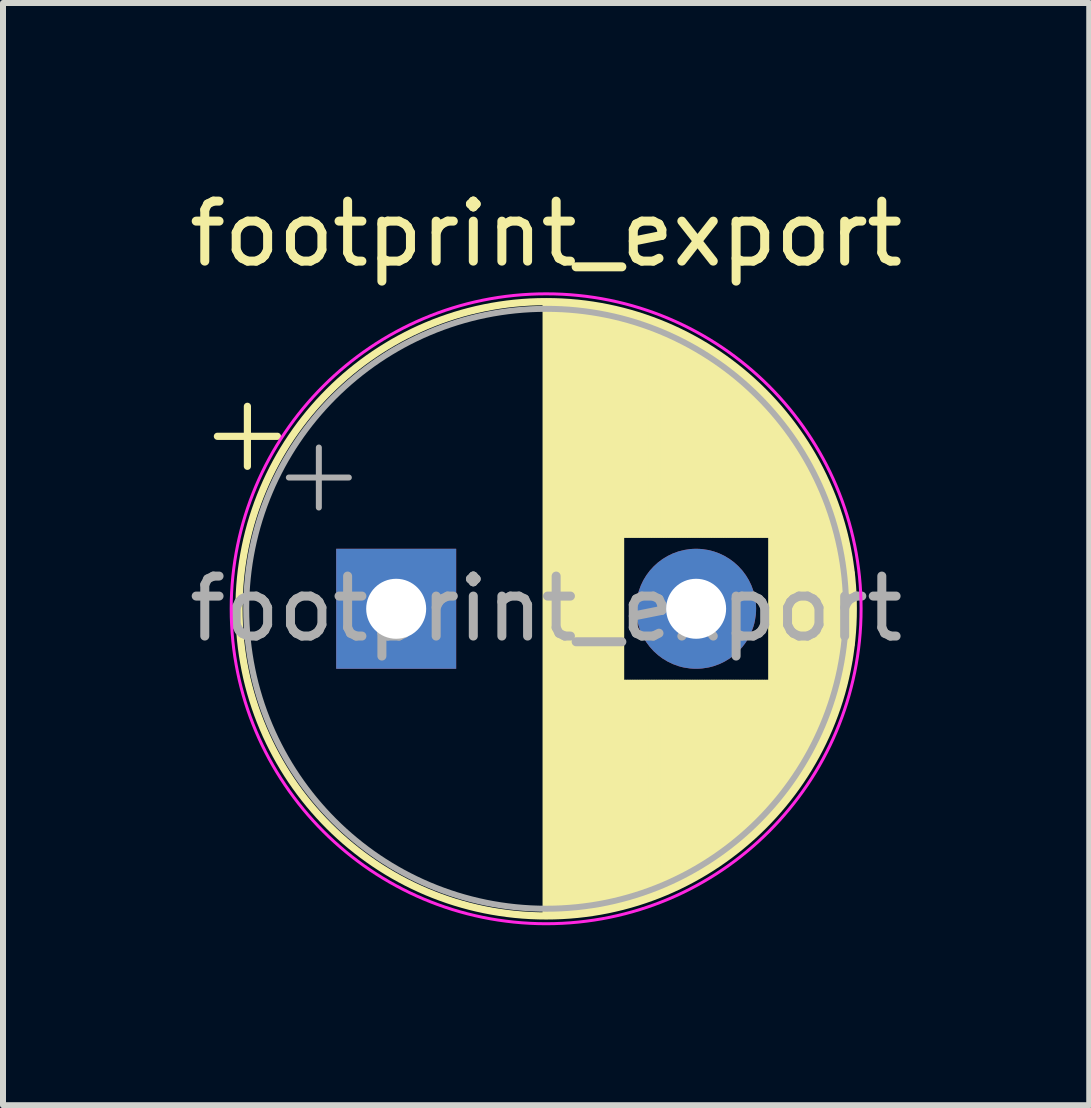
<source format=kicad_pcb>
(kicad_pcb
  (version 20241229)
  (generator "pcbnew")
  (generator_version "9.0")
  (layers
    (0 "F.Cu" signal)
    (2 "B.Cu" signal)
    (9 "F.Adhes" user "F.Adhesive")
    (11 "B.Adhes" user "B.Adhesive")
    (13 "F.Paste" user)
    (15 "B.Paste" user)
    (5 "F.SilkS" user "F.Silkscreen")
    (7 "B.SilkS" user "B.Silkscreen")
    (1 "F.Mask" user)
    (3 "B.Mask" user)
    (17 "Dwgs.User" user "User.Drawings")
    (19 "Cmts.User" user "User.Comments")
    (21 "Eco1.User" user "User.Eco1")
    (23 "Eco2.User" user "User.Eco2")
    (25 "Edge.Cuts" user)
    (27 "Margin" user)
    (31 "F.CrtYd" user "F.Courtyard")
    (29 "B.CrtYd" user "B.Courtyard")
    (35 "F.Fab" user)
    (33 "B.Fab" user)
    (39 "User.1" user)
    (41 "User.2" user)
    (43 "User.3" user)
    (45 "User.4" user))
  (footprint "footprint_export"
    (layer "F.Cu")
    (at 3.554 7.098)
    (property "Reference" "footprint_export" (at 2.5 -6.25 0) (layer "F.SilkS") (effects (font (size 1 1) (thickness 0.15))))
    (attr through_hole)
    (fp_line (start -2.98 -2.875) (end -1.98 -2.875) (stroke (width 0.12) (type solid)) (layer "F.SilkS"))
    (fp_line (start -2.48 -3.375) (end -2.48 -2.375) (stroke (width 0.12) (type solid)) (layer "F.SilkS"))
    (fp_line (start 2.5 -5.08) (end 2.5 5.08) (stroke (width 0.12) (type solid)) (layer "F.SilkS"))
    (fp_line (start 2.54 -5.08) (end 2.54 5.08) (stroke (width 0.12) (type solid)) (layer "F.SilkS"))
    (fp_line (start 2.58 -5.08) (end 2.58 5.08) (stroke (width 0.12) (type solid)) (layer "F.SilkS"))
    (fp_line (start 2.62 -5.079) (end 2.62 5.079) (stroke (width 0.12) (type solid)) (layer "F.SilkS"))
    (fp_line (start 2.66 -5.078) (end 2.66 5.078) (stroke (width 0.12) (type solid)) (layer "F.SilkS"))
    (fp_line (start 2.7 -5.077) (end 2.7 5.077) (stroke (width 0.12) (type solid)) (layer "F.SilkS"))
    (fp_line (start 2.74 -5.075) (end 2.74 5.075) (stroke (width 0.12) (type solid)) (layer "F.SilkS"))
    (fp_line (start 2.78 -5.073) (end 2.78 5.073) (stroke (width 0.12) (type solid)) (layer "F.SilkS"))
    (fp_line (start 2.82 -5.07) (end 2.82 5.07) (stroke (width 0.12) (type solid)) (layer "F.SilkS"))
    (fp_line (start 2.86 -5.068) (end 2.86 5.068) (stroke (width 0.12) (type solid)) (layer "F.SilkS"))
    (fp_line (start 2.9 -5.065) (end 2.9 5.065) (stroke (width 0.12) (type solid)) (layer "F.SilkS"))
    (fp_line (start 2.94 -5.062) (end 2.94 5.062) (stroke (width 0.12) (type solid)) (layer "F.SilkS"))
    (fp_line (start 2.98 -5.058) (end 2.98 5.058) (stroke (width 0.12) (type solid)) (layer "F.SilkS"))
    (fp_line (start 3.02 -5.054) (end 3.02 5.054) (stroke (width 0.12) (type solid)) (layer "F.SilkS"))
    (fp_line (start 3.06 -5.05) (end 3.06 5.05) (stroke (width 0.12) (type solid)) (layer "F.SilkS"))
    (fp_line (start 3.1 -5.045) (end 3.1 5.045) (stroke (width 0.12) (type solid)) (layer "F.SilkS"))
    (fp_line (start 3.14 -5.04) (end 3.14 5.04) (stroke (width 0.12) (type solid)) (layer "F.SilkS"))
    (fp_line (start 3.18 -5.035) (end 3.18 5.035) (stroke (width 0.12) (type solid)) (layer "F.SilkS"))
    (fp_line (start 3.221 -5.03) (end 3.221 5.03) (stroke (width 0.12) (type solid)) (layer "F.SilkS"))
    (fp_line (start 3.261 -5.024) (end 3.261 5.024) (stroke (width 0.12) (type solid)) (layer "F.SilkS"))
    (fp_line (start 3.301 -5.018) (end 3.301 5.018) (stroke (width 0.12) (type solid)) (layer "F.SilkS"))
    (fp_line (start 3.341 -5.011) (end 3.341 5.011) (stroke (width 0.12) (type solid)) (layer "F.SilkS"))
    (fp_line (start 3.381 -5.004) (end 3.381 5.004) (stroke (width 0.12) (type solid)) (layer "F.SilkS"))
    (fp_line (start 3.421 -4.997) (end 3.421 4.997) (stroke (width 0.12) (type solid)) (layer "F.SilkS"))
    (fp_line (start 3.461 -4.99) (end 3.461 4.99) (stroke (width 0.12) (type solid)) (layer "F.SilkS"))
    (fp_line (start 3.501 -4.982) (end 3.501 4.982) (stroke (width 0.12) (type solid)) (layer "F.SilkS"))
    (fp_line (start 3.541 -4.974) (end 3.541 4.974) (stroke (width 0.12) (type solid)) (layer "F.SilkS"))
    (fp_line (start 3.581 -4.965) (end 3.581 4.965) (stroke (width 0.12) (type solid)) (layer "F.SilkS"))
    (fp_line (start 3.621 -4.956) (end 3.621 4.956) (stroke (width 0.12) (type solid)) (layer "F.SilkS"))
    (fp_line (start 3.661 -4.947) (end 3.661 4.947) (stroke (width 0.12) (type solid)) (layer "F.SilkS"))
    (fp_line (start 3.701 -4.938) (end 3.701 4.938) (stroke (width 0.12) (type solid)) (layer "F.SilkS"))
    (fp_line (start 3.741 -4.928) (end 3.741 4.928) (stroke (width 0.12) (type solid)) (layer "F.SilkS"))
    (fp_line (start 3.781 -4.918) (end 3.781 -1.241) (stroke (width 0.12) (type solid)) (layer "F.SilkS"))
    (fp_line (start 3.781 1.241) (end 3.781 4.918) (stroke (width 0.12) (type solid)) (layer "F.SilkS"))
    (fp_line (start 3.821 -4.907) (end 3.821 -1.241) (stroke (width 0.12) (type solid)) (layer "F.SilkS"))
    (fp_line (start 3.821 1.241) (end 3.821 4.907) (stroke (width 0.12) (type solid)) (layer "F.SilkS"))
    (fp_line (start 3.861 -4.897) (end 3.861 -1.241) (stroke (width 0.12) (type solid)) (layer "F.SilkS"))
    (fp_line (start 3.861 1.241) (end 3.861 4.897) (stroke (width 0.12) (type solid)) (layer "F.SilkS"))
    (fp_line (start 3.901 -4.885) (end 3.901 -1.241) (stroke (width 0.12) (type solid)) (layer "F.SilkS"))
    (fp_line (start 3.901 1.241) (end 3.901 4.885) (stroke (width 0.12) (type solid)) (layer "F.SilkS"))
    (fp_line (start 3.941 -4.874) (end 3.941 -1.241) (stroke (width 0.12) (type solid)) (layer "F.SilkS"))
    (fp_line (start 3.941 1.241) (end 3.941 4.874) (stroke (width 0.12) (type solid)) (layer "F.SilkS"))
    (fp_line (start 3.981 -4.862) (end 3.981 -1.241) (stroke (width 0.12) (type solid)) (layer "F.SilkS"))
    (fp_line (start 3.981 1.241) (end 3.981 4.862) (stroke (width 0.12) (type solid)) (layer "F.SilkS"))
    (fp_line (start 4.021 -4.85) (end 4.021 -1.241) (stroke (width 0.12) (type solid)) (layer "F.SilkS"))
    (fp_line (start 4.021 1.241) (end 4.021 4.85) (stroke (width 0.12) (type solid)) (layer "F.SilkS"))
    (fp_line (start 4.061 -4.837) (end 4.061 -1.241) (stroke (width 0.12) (type solid)) (layer "F.SilkS"))
    (fp_line (start 4.061 1.241) (end 4.061 4.837) (stroke (width 0.12) (type solid)) (layer "F.SilkS"))
    (fp_line (start 4.101 -4.824) (end 4.101 -1.241) (stroke (width 0.12) (type solid)) (layer "F.SilkS"))
    (fp_line (start 4.101 1.241) (end 4.101 4.824) (stroke (width 0.12) (type solid)) (layer "F.SilkS"))
    (fp_line (start 4.141 -4.811) (end 4.141 -1.241) (stroke (width 0.12) (type solid)) (layer "F.SilkS"))
    (fp_line (start 4.141 1.241) (end 4.141 4.811) (stroke (width 0.12) (type solid)) (layer "F.SilkS"))
    (fp_line (start 4.181 -4.797) (end 4.181 -1.241) (stroke (width 0.12) (type solid)) (layer "F.SilkS"))
    (fp_line (start 4.181 1.241) (end 4.181 4.797) (stroke (width 0.12) (type solid)) (layer "F.SilkS"))
    (fp_line (start 4.221 -4.783) (end 4.221 -1.241) (stroke (width 0.12) (type solid)) (layer "F.SilkS"))
    (fp_line (start 4.221 1.241) (end 4.221 4.783) (stroke (width 0.12) (type solid)) (layer "F.SilkS"))
    (fp_line (start 4.261 -4.768) (end 4.261 -1.241) (stroke (width 0.12) (type solid)) (layer "F.SilkS"))
    (fp_line (start 4.261 1.241) (end 4.261 4.768) (stroke (width 0.12) (type solid)) (layer "F.SilkS"))
    (fp_line (start 4.301 -4.754) (end 4.301 -1.241) (stroke (width 0.12) (type solid)) (layer "F.SilkS"))
    (fp_line (start 4.301 1.241) (end 4.301 4.754) (stroke (width 0.12) (type solid)) (layer "F.SilkS"))
    (fp_line (start 4.341 -4.738) (end 4.341 -1.241) (stroke (width 0.12) (type solid)) (layer "F.SilkS"))
    (fp_line (start 4.341 1.241) (end 4.341 4.738) (stroke (width 0.12) (type solid)) (layer "F.SilkS"))
    (fp_line (start 4.381 -4.723) (end 4.381 -1.241) (stroke (width 0.12) (type solid)) (layer "F.SilkS"))
    (fp_line (start 4.381 1.241) (end 4.381 4.723) (stroke (width 0.12) (type solid)) (layer "F.SilkS"))
    (fp_line (start 4.421 -4.707) (end 4.421 -1.241) (stroke (width 0.12) (type solid)) (layer "F.SilkS"))
    (fp_line (start 4.421 1.241) (end 4.421 4.707) (stroke (width 0.12) (type solid)) (layer "F.SilkS"))
    (fp_line (start 4.461 -4.69) (end 4.461 -1.241) (stroke (width 0.12) (type solid)) (layer "F.SilkS"))
    (fp_line (start 4.461 1.241) (end 4.461 4.69) (stroke (width 0.12) (type solid)) (layer "F.SilkS"))
    (fp_line (start 4.501 -4.674) (end 4.501 -1.241) (stroke (width 0.12) (type solid)) (layer "F.SilkS"))
    (fp_line (start 4.501 1.241) (end 4.501 4.674) (stroke (width 0.12) (type solid)) (layer "F.SilkS"))
    (fp_line (start 4.541 -4.657) (end 4.541 -1.241) (stroke (width 0.12) (type solid)) (layer "F.SilkS"))
    (fp_line (start 4.541 1.241) (end 4.541 4.657) (stroke (width 0.12) (type solid)) (layer "F.SilkS"))
    (fp_line (start 4.581 -4.639) (end 4.581 -1.241) (stroke (width 0.12) (type solid)) (layer "F.SilkS"))
    (fp_line (start 4.581 1.241) (end 4.581 4.639) (stroke (width 0.12) (type solid)) (layer "F.SilkS"))
    (fp_line (start 4.621 -4.621) (end 4.621 -1.241) (stroke (width 0.12) (type solid)) (layer "F.SilkS"))
    (fp_line (start 4.621 1.241) (end 4.621 4.621) (stroke (width 0.12) (type solid)) (layer "F.SilkS"))
    (fp_line (start 4.661 -4.603) (end 4.661 -1.241) (stroke (width 0.12) (type solid)) (layer "F.SilkS"))
    (fp_line (start 4.661 1.241) (end 4.661 4.603) (stroke (width 0.12) (type solid)) (layer "F.SilkS"))
    (fp_line (start 4.701 -4.584) (end 4.701 -1.241) (stroke (width 0.12) (type solid)) (layer "F.SilkS"))
    (fp_line (start 4.701 1.241) (end 4.701 4.584) (stroke (width 0.12) (type solid)) (layer "F.SilkS"))
    (fp_line (start 4.741 -4.564) (end 4.741 -1.241) (stroke (width 0.12) (type solid)) (layer "F.SilkS"))
    (fp_line (start 4.741 1.241) (end 4.741 4.564) (stroke (width 0.12) (type solid)) (layer "F.SilkS"))
    (fp_line (start 4.781 -4.545) (end 4.781 -1.241) (stroke (width 0.12) (type solid)) (layer "F.SilkS"))
    (fp_line (start 4.781 1.241) (end 4.781 4.545) (stroke (width 0.12) (type solid)) (layer "F.SilkS"))
    (fp_line (start 4.821 -4.525) (end 4.821 -1.241) (stroke (width 0.12) (type solid)) (layer "F.SilkS"))
    (fp_line (start 4.821 1.241) (end 4.821 4.525) (stroke (width 0.12) (type solid)) (layer "F.SilkS"))
    (fp_line (start 4.861 -4.504) (end 4.861 -1.241) (stroke (width 0.12) (type solid)) (layer "F.SilkS"))
    (fp_line (start 4.861 1.241) (end 4.861 4.504) (stroke (width 0.12) (type solid)) (layer "F.SilkS"))
    (fp_line (start 4.901 -4.483) (end 4.901 -1.241) (stroke (width 0.12) (type solid)) (layer "F.SilkS"))
    (fp_line (start 4.901 1.241) (end 4.901 4.483) (stroke (width 0.12) (type solid)) (layer "F.SilkS"))
    (fp_line (start 4.941 -4.462) (end 4.941 -1.241) (stroke (width 0.12) (type solid)) (layer "F.SilkS"))
    (fp_line (start 4.941 1.241) (end 4.941 4.462) (stroke (width 0.12) (type solid)) (layer "F.SilkS"))
    (fp_line (start 4.981 -4.44) (end 4.981 -1.241) (stroke (width 0.12) (type solid)) (layer "F.SilkS"))
    (fp_line (start 4.981 1.241) (end 4.981 4.44) (stroke (width 0.12) (type solid)) (layer "F.SilkS"))
    (fp_line (start 5.021 -4.417) (end 5.021 -1.241) (stroke (width 0.12) (type solid)) (layer "F.SilkS"))
    (fp_line (start 5.021 1.241) (end 5.021 4.417) (stroke (width 0.12) (type solid)) (layer "F.SilkS"))
    (fp_line (start 5.061 -4.395) (end 5.061 -1.241) (stroke (width 0.12) (type solid)) (layer "F.SilkS"))
    (fp_line (start 5.061 1.241) (end 5.061 4.395) (stroke (width 0.12) (type solid)) (layer "F.SilkS"))
    (fp_line (start 5.101 -4.371) (end 5.101 -1.241) (stroke (width 0.12) (type solid)) (layer "F.SilkS"))
    (fp_line (start 5.101 1.241) (end 5.101 4.371) (stroke (width 0.12) (type solid)) (layer "F.SilkS"))
    (fp_line (start 5.141 -4.347) (end 5.141 -1.241) (stroke (width 0.12) (type solid)) (layer "F.SilkS"))
    (fp_line (start 5.141 1.241) (end 5.141 4.347) (stroke (width 0.12) (type solid)) (layer "F.SilkS"))
    (fp_line (start 5.181 -4.323) (end 5.181 -1.241) (stroke (width 0.12) (type solid)) (layer "F.SilkS"))
    (fp_line (start 5.181 1.241) (end 5.181 4.323) (stroke (width 0.12) (type solid)) (layer "F.SilkS"))
    (fp_line (start 5.221 -4.298) (end 5.221 -1.241) (stroke (width 0.12) (type solid)) (layer "F.SilkS"))
    (fp_line (start 5.221 1.241) (end 5.221 4.298) (stroke (width 0.12) (type solid)) (layer "F.SilkS"))
    (fp_line (start 5.261 -4.273) (end 5.261 -1.241) (stroke (width 0.12) (type solid)) (layer "F.SilkS"))
    (fp_line (start 5.261 1.241) (end 5.261 4.273) (stroke (width 0.12) (type solid)) (layer "F.SilkS"))
    (fp_line (start 5.301 -4.247) (end 5.301 -1.241) (stroke (width 0.12) (type solid)) (layer "F.SilkS"))
    (fp_line (start 5.301 1.241) (end 5.301 4.247) (stroke (width 0.12) (type solid)) (layer "F.SilkS"))
    (fp_line (start 5.341 -4.221) (end 5.341 -1.241) (stroke (width 0.12) (type solid)) (layer "F.SilkS"))
    (fp_line (start 5.341 1.241) (end 5.341 4.221) (stroke (width 0.12) (type solid)) (layer "F.SilkS"))
    (fp_line (start 5.381 -4.194) (end 5.381 -1.241) (stroke (width 0.12) (type solid)) (layer "F.SilkS"))
    (fp_line (start 5.381 1.241) (end 5.381 4.194) (stroke (width 0.12) (type solid)) (layer "F.SilkS"))
    (fp_line (start 5.421 -4.166) (end 5.421 -1.241) (stroke (width 0.12) (type solid)) (layer "F.SilkS"))
    (fp_line (start 5.421 1.241) (end 5.421 4.166) (stroke (width 0.12) (type solid)) (layer "F.SilkS"))
    (fp_line (start 5.461 -4.138) (end 5.461 -1.241) (stroke (width 0.12) (type solid)) (layer "F.SilkS"))
    (fp_line (start 5.461 1.241) (end 5.461 4.138) (stroke (width 0.12) (type solid)) (layer "F.SilkS"))
    (fp_line (start 5.501 -4.11) (end 5.501 -1.241) (stroke (width 0.12) (type solid)) (layer "F.SilkS"))
    (fp_line (start 5.501 1.241) (end 5.501 4.11) (stroke (width 0.12) (type solid)) (layer "F.SilkS"))
    (fp_line (start 5.541 -4.08) (end 5.541 -1.241) (stroke (width 0.12) (type solid)) (layer "F.SilkS"))
    (fp_line (start 5.541 1.241) (end 5.541 4.08) (stroke (width 0.12) (type solid)) (layer "F.SilkS"))
    (fp_line (start 5.581 -4.05) (end 5.581 -1.241) (stroke (width 0.12) (type solid)) (layer "F.SilkS"))
    (fp_line (start 5.581 1.241) (end 5.581 4.05) (stroke (width 0.12) (type solid)) (layer "F.SilkS"))
    (fp_line (start 5.621 -4.02) (end 5.621 -1.241) (stroke (width 0.12) (type solid)) (layer "F.SilkS"))
    (fp_line (start 5.621 1.241) (end 5.621 4.02) (stroke (width 0.12) (type solid)) (layer "F.SilkS"))
    (fp_line (start 5.661 -3.989) (end 5.661 -1.241) (stroke (width 0.12) (type solid)) (layer "F.SilkS"))
    (fp_line (start 5.661 1.241) (end 5.661 3.989) (stroke (width 0.12) (type solid)) (layer "F.SilkS"))
    (fp_line (start 5.701 -3.957) (end 5.701 -1.241) (stroke (width 0.12) (type solid)) (layer "F.SilkS"))
    (fp_line (start 5.701 1.241) (end 5.701 3.957) (stroke (width 0.12) (type solid)) (layer "F.SilkS"))
    (fp_line (start 5.741 -3.925) (end 5.741 -1.241) (stroke (width 0.12) (type solid)) (layer "F.SilkS"))
    (fp_line (start 5.741 1.241) (end 5.741 3.925) (stroke (width 0.12) (type solid)) (layer "F.SilkS"))
    (fp_line (start 5.781 -3.892) (end 5.781 -1.241) (stroke (width 0.12) (type solid)) (layer "F.SilkS"))
    (fp_line (start 5.781 1.241) (end 5.781 3.892) (stroke (width 0.12) (type solid)) (layer "F.SilkS"))
    (fp_line (start 5.821 -3.858) (end 5.821 -1.241) (stroke (width 0.12) (type solid)) (layer "F.SilkS"))
    (fp_line (start 5.821 1.241) (end 5.821 3.858) (stroke (width 0.12) (type solid)) (layer "F.SilkS"))
    (fp_line (start 5.861 -3.824) (end 5.861 -1.241) (stroke (width 0.12) (type solid)) (layer "F.SilkS"))
    (fp_line (start 5.861 1.241) (end 5.861 3.824) (stroke (width 0.12) (type solid)) (layer "F.SilkS"))
    (fp_line (start 5.901 -3.789) (end 5.901 -1.241) (stroke (width 0.12) (type solid)) (layer "F.SilkS"))
    (fp_line (start 5.901 1.241) (end 5.901 3.789) (stroke (width 0.12) (type solid)) (layer "F.SilkS"))
    (fp_line (start 5.941 -3.753) (end 5.941 -1.241) (stroke (width 0.12) (type solid)) (layer "F.SilkS"))
    (fp_line (start 5.941 1.241) (end 5.941 3.753) (stroke (width 0.12) (type solid)) (layer "F.SilkS"))
    (fp_line (start 5.981 -3.716) (end 5.981 -1.241) (stroke (width 0.12) (type solid)) (layer "F.SilkS"))
    (fp_line (start 5.981 1.241) (end 5.981 3.716) (stroke (width 0.12) (type solid)) (layer "F.SilkS"))
    (fp_line (start 6.021 -3.679) (end 6.021 -1.241) (stroke (width 0.12) (type solid)) (layer "F.SilkS"))
    (fp_line (start 6.021 1.241) (end 6.021 3.679) (stroke (width 0.12) (type solid)) (layer "F.SilkS"))
    (fp_line (start 6.061 -3.64) (end 6.061 -1.241) (stroke (width 0.12) (type solid)) (layer "F.SilkS"))
    (fp_line (start 6.061 1.241) (end 6.061 3.64) (stroke (width 0.12) (type solid)) (layer "F.SilkS"))
    (fp_line (start 6.101 -3.601) (end 6.101 -1.241) (stroke (width 0.12) (type solid)) (layer "F.SilkS"))
    (fp_line (start 6.101 1.241) (end 6.101 3.601) (stroke (width 0.12) (type solid)) (layer "F.SilkS"))
    (fp_line (start 6.141 -3.561) (end 6.141 -1.241) (stroke (width 0.12) (type solid)) (layer "F.SilkS"))
    (fp_line (start 6.141 1.241) (end 6.141 3.561) (stroke (width 0.12) (type solid)) (layer "F.SilkS"))
    (fp_line (start 6.181 -3.52) (end 6.181 -1.241) (stroke (width 0.12) (type solid)) (layer "F.SilkS"))
    (fp_line (start 6.181 1.241) (end 6.181 3.52) (stroke (width 0.12) (type solid)) (layer "F.SilkS"))
    (fp_line (start 6.221 -3.478) (end 6.221 -1.241) (stroke (width 0.12) (type solid)) (layer "F.SilkS"))
    (fp_line (start 6.221 1.241) (end 6.221 3.478) (stroke (width 0.12) (type solid)) (layer "F.SilkS"))
    (fp_line (start 6.261 -3.436) (end 6.261 3.436) (stroke (width 0.12) (type solid)) (layer "F.SilkS"))
    (fp_line (start 6.301 -3.392) (end 6.301 3.392) (stroke (width 0.12) (type solid)) (layer "F.SilkS"))
    (fp_line (start 6.341 -3.347) (end 6.341 3.347) (stroke (width 0.12) (type solid)) (layer "F.SilkS"))
    (fp_line (start 6.381 -3.301) (end 6.381 3.301) (stroke (width 0.12) (type solid)) (layer "F.SilkS"))
    (fp_line (start 6.421 -3.254) (end 6.421 3.254) (stroke (width 0.12) (type solid)) (layer "F.SilkS"))
    (fp_line (start 6.461 -3.206) (end 6.461 3.206) (stroke (width 0.12) (type solid)) (layer "F.SilkS"))
    (fp_line (start 6.501 -3.156) (end 6.501 3.156) (stroke (width 0.12) (type solid)) (layer "F.SilkS"))
    (fp_line (start 6.541 -3.106) (end 6.541 3.106) (stroke (width 0.12) (type solid)) (layer "F.SilkS"))
    (fp_line (start 6.581 -3.054) (end 6.581 3.054) (stroke (width 0.12) (type solid)) (layer "F.SilkS"))
    (fp_line (start 6.621 -3) (end 6.621 3) (stroke (width 0.12) (type solid)) (layer "F.SilkS"))
    (fp_line (start 6.661 -2.945) (end 6.661 2.945) (stroke (width 0.12) (type solid)) (layer "F.SilkS"))
    (fp_line (start 6.701 -2.889) (end 6.701 2.889) (stroke (width 0.12) (type solid)) (layer "F.SilkS"))
    (fp_line (start 6.741 -2.83) (end 6.741 2.83) (stroke (width 0.12) (type solid)) (layer "F.SilkS"))
    (fp_line (start 6.781 -2.77) (end 6.781 2.77) (stroke (width 0.12) (type solid)) (layer "F.SilkS"))
    (fp_line (start 6.821 -2.709) (end 6.821 2.709) (stroke (width 0.12) (type solid)) (layer "F.SilkS"))
    (fp_line (start 6.861 -2.645) (end 6.861 2.645) (stroke (width 0.12) (type solid)) (layer "F.SilkS"))
    (fp_line (start 6.901 -2.579) (end 6.901 2.579) (stroke (width 0.12) (type solid)) (layer "F.SilkS"))
    (fp_line (start 6.941 -2.51) (end 6.941 2.51) (stroke (width 0.12) (type solid)) (layer "F.SilkS"))
    (fp_line (start 6.981 -2.439) (end 6.981 2.439) (stroke (width 0.12) (type solid)) (layer "F.SilkS"))
    (fp_line (start 7.021 -2.365) (end 7.021 2.365) (stroke (width 0.12) (type solid)) (layer "F.SilkS"))
    (fp_line (start 7.061 -2.289) (end 7.061 2.289) (stroke (width 0.12) (type solid)) (layer "F.SilkS"))
    (fp_line (start 7.101 -2.209) (end 7.101 2.209) (stroke (width 0.12) (type solid)) (layer "F.SilkS"))
    (fp_line (start 7.141 -2.125) (end 7.141 2.125) (stroke (width 0.12) (type solid)) (layer "F.SilkS"))
    (fp_line (start 7.181 -2.037) (end 7.181 2.037) (stroke (width 0.12) (type solid)) (layer "F.SilkS"))
    (fp_line (start 7.221 -1.944) (end 7.221 1.944) (stroke (width 0.12) (type solid)) (layer "F.SilkS"))
    (fp_line (start 7.261 -1.846) (end 7.261 1.846) (stroke (width 0.12) (type solid)) (layer "F.SilkS"))
    (fp_line (start 7.301 -1.742) (end 7.301 1.742) (stroke (width 0.12) (type solid)) (layer "F.SilkS"))
    (fp_line (start 7.341 -1.63) (end 7.341 1.63) (stroke (width 0.12) (type solid)) (layer "F.SilkS"))
    (fp_line (start 7.381 -1.51) (end 7.381 1.51) (stroke (width 0.12) (type solid)) (layer "F.SilkS"))
    (fp_line (start 7.421 -1.378) (end 7.421 1.378) (stroke (width 0.12) (type solid)) (layer "F.SilkS"))
    (fp_line (start 7.461 -1.23) (end 7.461 1.23) (stroke (width 0.12) (type solid)) (layer "F.SilkS"))
    (fp_line (start 7.501 -1.062) (end 7.501 1.062) (stroke (width 0.12) (type solid)) (layer "F.SilkS"))
    (fp_line (start 7.541 -0.862) (end 7.541 0.862) (stroke (width 0.12) (type solid)) (layer "F.SilkS"))
    (fp_line (start 7.581 -0.599) (end 7.581 0.599) (stroke (width 0.12) (type solid)) (layer "F.SilkS"))
    (fp_circle (center 2.5 0) (end 7.62 0) (stroke (width 0.12) (type solid)) (fill no) (layer "F.SilkS"))
    (fp_circle (center 2.5 0) (end 7.75 0) (stroke (width 0.05) (type solid)) (fill no) (layer "F.CrtYd"))
    (fp_line (start -1.789 -2.188) (end -0.789 -2.188) (stroke (width 0.1) (type solid)) (layer "F.Fab"))
    (fp_line (start -1.289 -2.688) (end -1.289 -1.688) (stroke (width 0.1) (type solid)) (layer "F.Fab"))
    (fp_circle (center 2.5 0) (end 7.5 0) (stroke (width 0.1) (type solid)) (fill no) (layer "F.Fab"))
    (fp_text user "${REFERENCE}" (at 2.5 0 0) (layer "F.Fab") (effects (font (size 1 1) (thickness 0.15))))
    (pad "1" thru_hole rect (at 0 0) (size 2 2) (drill 1) (layers "*.Cu" "*.Mask"))
    (pad "2" thru_hole circle (at 5 0) (size 2 2) (drill 1) (layers "*.Cu" "*.Mask")))
  (gr_rect
    (start -3 -3)
    (end 15.107 15.373)
    (stroke (width 0.1) (type default))
    (fill no)
    (layer "Edge.Cuts")))
</source>
